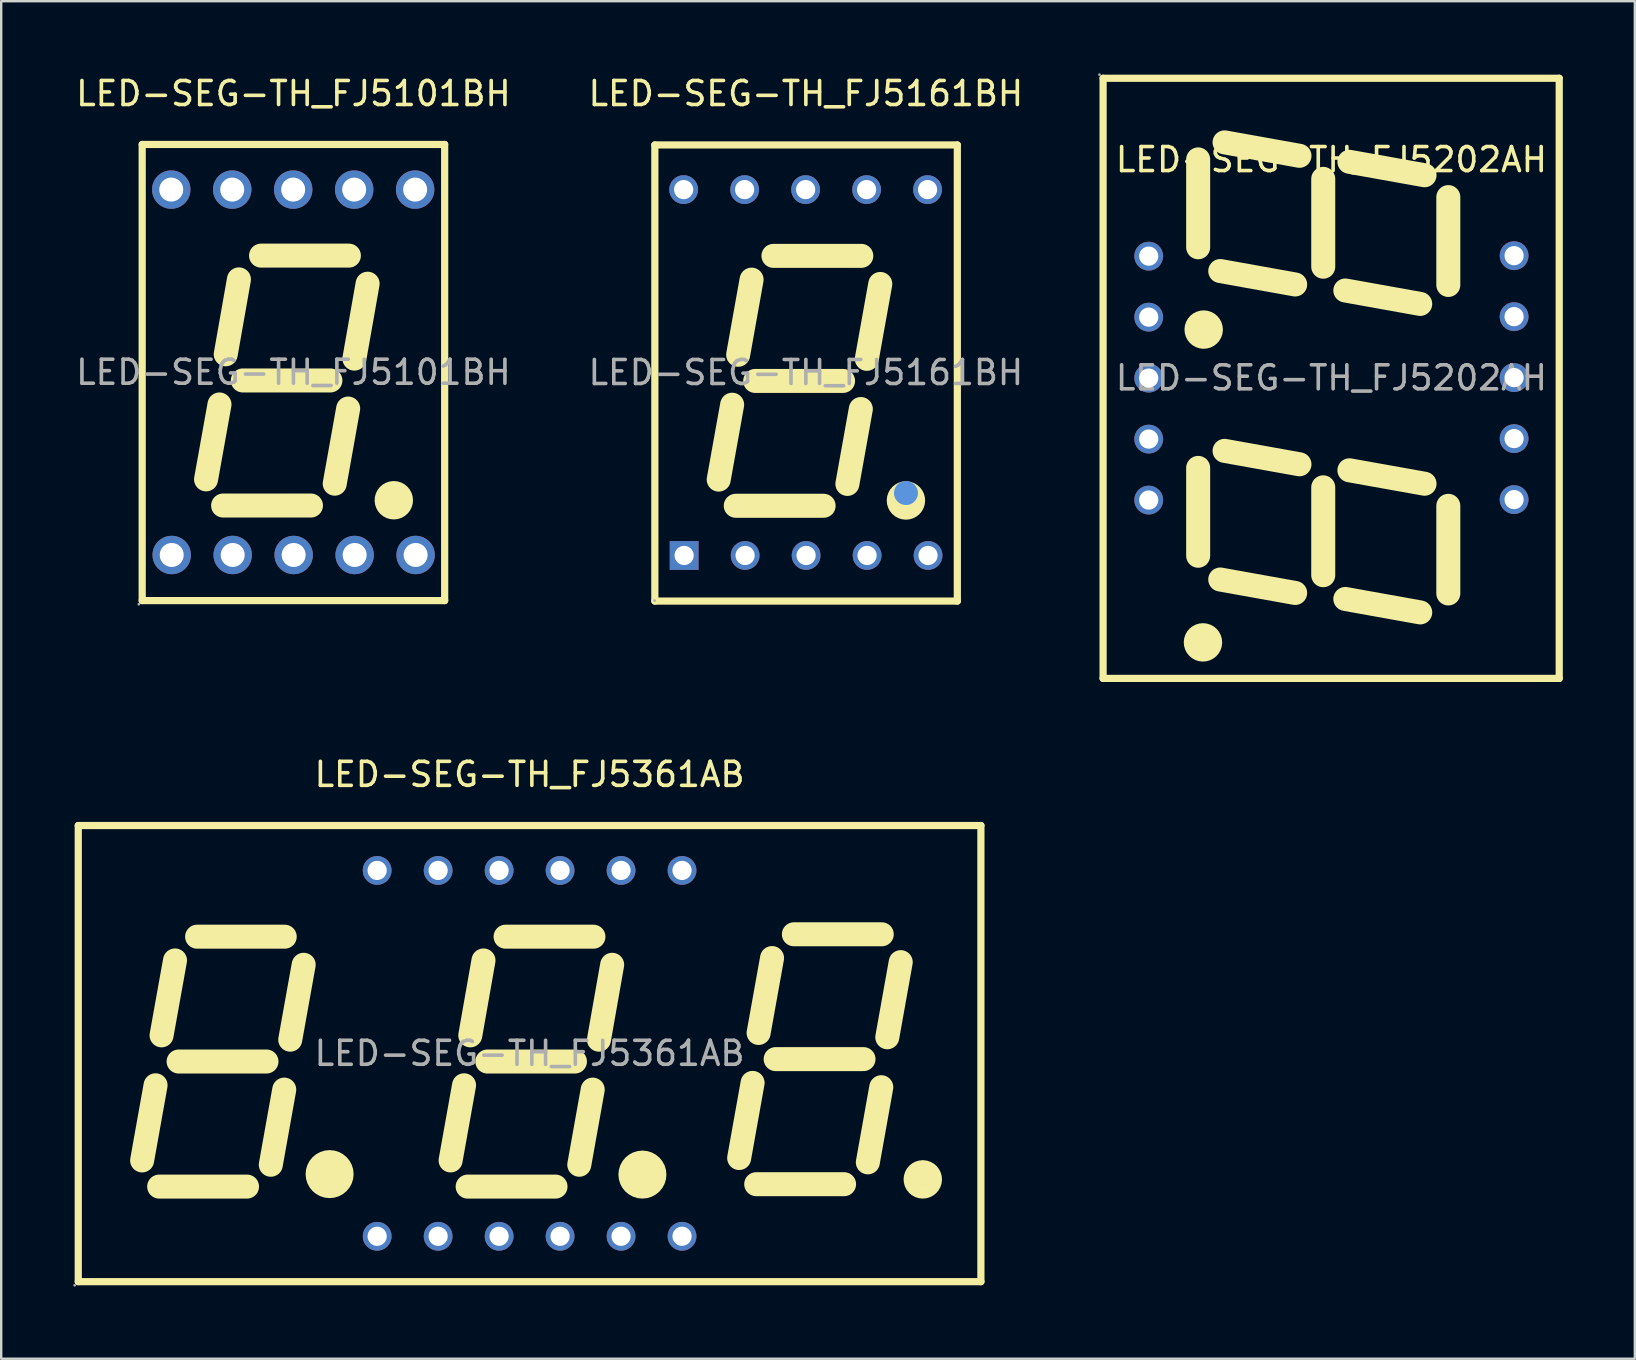
<source format=kicad_pcb>
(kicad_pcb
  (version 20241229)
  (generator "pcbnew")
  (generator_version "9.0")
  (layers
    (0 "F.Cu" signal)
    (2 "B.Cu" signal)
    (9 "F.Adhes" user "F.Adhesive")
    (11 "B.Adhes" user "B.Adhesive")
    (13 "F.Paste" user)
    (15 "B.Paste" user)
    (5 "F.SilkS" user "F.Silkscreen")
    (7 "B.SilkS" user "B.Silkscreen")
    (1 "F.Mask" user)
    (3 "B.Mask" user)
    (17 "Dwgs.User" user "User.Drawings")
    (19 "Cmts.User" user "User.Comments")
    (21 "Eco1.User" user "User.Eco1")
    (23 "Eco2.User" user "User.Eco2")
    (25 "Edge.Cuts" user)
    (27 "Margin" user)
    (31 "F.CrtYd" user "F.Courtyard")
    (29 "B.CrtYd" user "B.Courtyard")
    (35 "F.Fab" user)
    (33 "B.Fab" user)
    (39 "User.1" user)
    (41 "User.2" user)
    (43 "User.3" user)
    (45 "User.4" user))
  (footprint "LED-SEG-TH_FJ5202AH"
    (layer "F.Cu")
    (at 52.41 12.69)
    (property "Reference" "LED-SEG-TH_FJ5202AH" (at 0 -9.09 0) (layer "F.SilkS") (effects (font (size 1 1) (thickness 0.15))))
    (attr through_hole)
    (fp_line (start -9.51 -12.48) (end -9.51 12.52) (stroke (width 0.3) (type solid)) (layer "F.SilkS"))
    (fp_line (start -9.51 12.52) (end 9.49 12.52) (stroke (width 0.3) (type solid)) (layer "F.SilkS"))
    (fp_line (start -5.55 -5.44) (end -5.55 -9.1) (stroke (width 1) (type solid)) (layer "F.SilkS"))
    (fp_line (start -5.55 7.41) (end -5.55 3.75) (stroke (width 1) (type solid)) (layer "F.SilkS"))
    (fp_line (start -4.63 -4.45) (end -1.51 -3.89) (stroke (width 1) (type solid)) (layer "F.SilkS"))
    (fp_line (start -4.63 8.4) (end -1.51 8.96) (stroke (width 1) (type solid)) (layer "F.SilkS"))
    (fp_line (start -4.45 -9.81) (end -1.33 -9.25) (stroke (width 1) (type solid)) (layer "F.SilkS"))
    (fp_line (start -4.45 3.04) (end -1.33 3.6) (stroke (width 1) (type solid)) (layer "F.SilkS"))
    (fp_line (start -0.34 -4.63) (end -0.34 -8.29) (stroke (width 1) (type solid)) (layer "F.SilkS"))
    (fp_line (start -0.34 8.22) (end -0.34 4.56) (stroke (width 1) (type solid)) (layer "F.SilkS"))
    (fp_line (start 0.58 -3.64) (end 3.7 -3.08) (stroke (width 1) (type solid)) (layer "F.SilkS"))
    (fp_line (start 0.58 9.21) (end 3.7 9.77) (stroke (width 1) (type solid)) (layer "F.SilkS"))
    (fp_line (start 0.75 -9) (end 3.88 -8.44) (stroke (width 1) (type solid)) (layer "F.SilkS"))
    (fp_line (start 0.75 3.85) (end 3.88 4.41) (stroke (width 1) (type solid)) (layer "F.SilkS"))
    (fp_line (start 4.87 -3.87) (end 4.87 -7.53) (stroke (width 1) (type solid)) (layer "F.SilkS"))
    (fp_line (start 4.87 8.98) (end 4.87 5.33) (stroke (width 1) (type solid)) (layer "F.SilkS"))
    (fp_line (start 9.49 -12.48) (end -9.51 -12.48) (stroke (width 0.3) (type solid)) (layer "F.SilkS"))
    (fp_line (start 9.49 12.52) (end 9.49 -12.48) (stroke (width 0.3) (type solid)) (layer "F.SilkS"))
    (fp_arc (start -5.05 11.03) (mid -5.650125 11.015001) (end -5.049833 11.019996) (stroke (width 1) (type solid)) (layer "F.SilkS"))
    (fp_arc (start -5.02 -2) (mid -5.620125 -2.014999) (end -5.019833 -2.010004) (stroke (width 1) (type solid)) (layer "F.SilkS"))
    (fp_circle (center -9.66 -12.63) (end -9.63 -12.63) (stroke (width 0.06) (type solid)) (fill no) (layer "F.Fab"))
    (fp_circle (center -7.61 -5.07) (end -7.46 -5.07) (stroke (width 0.3) (type solid)) (fill no) (layer "F.Fab"))
    (fp_circle (center -7.61 -2.53) (end -7.46 -2.53) (stroke (width 0.3) (type solid)) (fill no) (layer "F.Fab"))
    (fp_circle (center -7.61 0.01) (end -7.46 0.01) (stroke (width 0.3) (type solid)) (fill no) (layer "F.Fab"))
    (fp_circle (center -7.61 2.55) (end -7.46 2.55) (stroke (width 0.3) (type solid)) (fill no) (layer "F.Fab"))
    (fp_circle (center -7.61 5.09) (end -7.46 5.09) (stroke (width 0.3) (type solid)) (fill no) (layer "F.Fab"))
    (fp_circle (center 7.61 -5.09) (end 7.76 -5.09) (stroke (width 0.3) (type solid)) (fill no) (layer "F.Fab"))
    (fp_circle (center 7.61 -2.55) (end 7.76 -2.55) (stroke (width 0.3) (type solid)) (fill no) (layer "F.Fab"))
    (fp_circle (center 7.61 -0.01) (end 7.76 -0.01) (stroke (width 0.3) (type solid)) (fill no) (layer "F.Fab"))
    (fp_circle (center 7.61 2.53) (end 7.76 2.53) (stroke (width 0.3) (type solid)) (fill no) (layer "F.Fab"))
    (fp_circle (center 7.61 5.07) (end 7.76 5.07) (stroke (width 0.3) (type solid)) (fill no) (layer "F.Fab"))
    (fp_text user "${REFERENCE}" (at 0 0 0) (layer "F.Fab") (effects (font (size 1 1) (thickness 0.15))))
    (pad "1" thru_hole circle (at -7.61 -5.07 180) (size 1.2 1.2) (drill 0.8) (layers "*.Cu" "*.Paste" "*.Mask"))
    (pad "2" thru_hole circle (at -7.61 -2.53 180) (size 1.2 1.2) (drill 0.8) (layers "*.Cu" "*.Paste" "*.Mask"))
    (pad "3" thru_hole circle (at -7.61 0.01 180) (size 1.2 1.2) (drill 0.8) (layers "*.Cu" "*.Paste" "*.Mask"))
    (pad "4" thru_hole circle (at -7.61 2.55 180) (size 1.2 1.2) (drill 0.8) (layers "*.Cu" "*.Paste" "*.Mask"))
    (pad "5" thru_hole circle (at -7.61 5.09 180) (size 1.2 1.2) (drill 0.8) (layers "*.Cu" "*.Paste" "*.Mask"))
    (pad "6" thru_hole circle (at 7.61 5.07 180) (size 1.2 1.2) (drill 0.8) (layers "*.Cu" "*.Paste" "*.Mask"))
    (pad "7" thru_hole circle (at 7.61 2.53 180) (size 1.2 1.2) (drill 0.8) (layers "*.Cu" "*.Paste" "*.Mask"))
    (pad "8" thru_hole circle (at 7.61 -0.01 180) (size 1.2 1.2) (drill 0.8) (layers "*.Cu" "*.Paste" "*.Mask"))
    (pad "9" thru_hole circle (at 7.61 -2.55 180) (size 1.2 1.2) (drill 0.8) (layers "*.Cu" "*.Paste" "*.Mask"))
    (pad "10" thru_hole circle (at 7.61 -5.09 180) (size 1.2 1.2) (drill 0.8) (layers "*.Cu" "*.Paste" "*.Mask")))
  (footprint "LED-SEG-TH_FJ5361AB"
    (layer "F.Cu")
    (at 19.01 40.828)
    (property "Reference" "LED-SEG-TH_FJ5361AB" (at 0 -11.62 0) (layer "F.SilkS") (effects (font (size 1 1) (thickness 0.15))))
    (attr through_hole)
    (fp_line (start -18.8 -9.49) (end -18.8 9.51) (stroke (width 0.3) (type solid)) (layer "F.SilkS"))
    (fp_line (start -18.8 9.51) (end 18.8 9.51) (stroke (width 0.3) (type solid)) (layer "F.SilkS"))
    (fp_line (start -16.14 4.46) (end -15.58 1.33) (stroke (width 1) (type solid)) (layer "F.SilkS"))
    (fp_line (start -15.33 -0.75) (end -14.77 -3.87) (stroke (width 1) (type solid)) (layer "F.SilkS"))
    (fp_line (start -11.77 5.55) (end -15.43 5.55) (stroke (width 1) (type solid)) (layer "F.SilkS"))
    (fp_line (start -10.96 0.34) (end -14.62 0.34) (stroke (width 1) (type solid)) (layer "F.SilkS"))
    (fp_line (start -10.78 4.64) (end -10.22 1.51) (stroke (width 1) (type solid)) (layer "F.SilkS"))
    (fp_line (start -10.2 -4.86) (end -13.85 -4.86) (stroke (width 1) (type solid)) (layer "F.SilkS"))
    (fp_line (start -9.97 -0.57) (end -9.41 -3.69) (stroke (width 1) (type solid)) (layer "F.SilkS"))
    (fp_line (start -3.29 4.46) (end -2.73 1.33) (stroke (width 1) (type solid)) (layer "F.SilkS"))
    (fp_line (start -2.47 -0.75) (end -1.92 -3.87) (stroke (width 1) (type solid)) (layer "F.SilkS"))
    (fp_line (start 1.08 5.55) (end -2.58 5.55) (stroke (width 1) (type solid)) (layer "F.SilkS"))
    (fp_line (start 1.89 0.34) (end -1.76 0.34) (stroke (width 1) (type solid)) (layer "F.SilkS"))
    (fp_line (start 2.07 4.64) (end 2.63 1.51) (stroke (width 1) (type solid)) (layer "F.SilkS"))
    (fp_line (start 2.66 -4.86) (end -1 -4.86) (stroke (width 1) (type solid)) (layer "F.SilkS"))
    (fp_line (start 2.89 -0.57) (end 3.44 -3.69) (stroke (width 1) (type solid)) (layer "F.SilkS"))
    (fp_line (start 8.73 4.36) (end 9.29 1.23) (stroke (width 1) (type solid)) (layer "F.SilkS"))
    (fp_line (start 9.54 -0.85) (end 10.1 -3.97) (stroke (width 1) (type solid)) (layer "F.SilkS"))
    (fp_line (start 13.1 5.45) (end 9.44 5.45) (stroke (width 1) (type solid)) (layer "F.SilkS"))
    (fp_line (start 13.91 0.24) (end 10.25 0.24) (stroke (width 1) (type solid)) (layer "F.SilkS"))
    (fp_line (start 14.09 4.54) (end 14.65 1.41) (stroke (width 1) (type solid)) (layer "F.SilkS"))
    (fp_line (start 14.67 -4.96) (end 11.01 -4.96) (stroke (width 1) (type solid)) (layer "F.SilkS"))
    (fp_line (start 14.9 -0.67) (end 15.46 -3.8) (stroke (width 1) (type solid)) (layer "F.SilkS"))
    (fp_line (start 18.8 -9.49) (end -18.8 -9.49) (stroke (width 0.3) (type solid)) (layer "F.SilkS"))
    (fp_line (start 18.8 9.51) (end 18.8 -9.49) (stroke (width 0.3) (type solid)) (layer "F.SilkS"))
    (fp_arc (start -8.33 5.03) (mid -8.33 5.03) (end -8.33 5.03) (stroke (width 1) (type solid)) (layer "F.SilkS"))
    (fp_arc (start 4.7 5.05) (mid 4.7 5.05) (end 4.7 5.05) (stroke (width 1) (type solid)) (layer "F.SilkS"))
    (fp_arc (start 16.39 4.95) (mid 16.375001 5.550125) (end 16.379996 4.949833) (stroke (width 1) (type solid)) (layer "F.SilkS"))
    (fp_circle (center -18.95 9.66) (end -18.92 9.66) (stroke (width 0.06) (type solid)) (fill no) (layer "F.Fab"))
    (fp_circle (center -6.35 -7.62) (end -6.2 -7.62) (stroke (width 0.3) (type solid)) (fill no) (layer "F.Fab"))
    (fp_circle (center -6.35 7.62) (end -6.2 7.62) (stroke (width 0.3) (type solid)) (fill no) (layer "F.Fab"))
    (fp_circle (center -3.81 -7.62) (end -3.66 -7.62) (stroke (width 0.3) (type solid)) (fill no) (layer "F.Fab"))
    (fp_circle (center -3.81 7.62) (end -3.66 7.62) (stroke (width 0.3) (type solid)) (fill no) (layer "F.Fab"))
    (fp_circle (center -1.27 -7.62) (end -1.12 -7.62) (stroke (width 0.3) (type solid)) (fill no) (layer "F.Fab"))
    (fp_circle (center -1.27 7.62) (end -1.12 7.62) (stroke (width 0.3) (type solid)) (fill no) (layer "F.Fab"))
    (fp_circle (center 1.27 -7.62) (end 1.42 -7.62) (stroke (width 0.3) (type solid)) (fill no) (layer "F.Fab"))
    (fp_circle (center 1.27 7.62) (end 1.42 7.62) (stroke (width 0.3) (type solid)) (fill no) (layer "F.Fab"))
    (fp_circle (center 3.81 -7.62) (end 3.96 -7.62) (stroke (width 0.3) (type solid)) (fill no) (layer "F.Fab"))
    (fp_circle (center 3.81 7.62) (end 3.96 7.62) (stroke (width 0.3) (type solid)) (fill no) (layer "F.Fab"))
    (fp_circle (center 6.35 -7.62) (end 6.5 -7.62) (stroke (width 0.3) (type solid)) (fill no) (layer "F.Fab"))
    (fp_circle (center 6.35 7.62) (end 6.5 7.62) (stroke (width 0.3) (type solid)) (fill no) (layer "F.Fab"))
    (fp_text user "${REFERENCE}" (at 0 0 0) (layer "F.Fab") (effects (font (size 1 1) (thickness 0.15))))
    (pad "1" thru_hole circle (at -6.35 7.62 270) (size 1.2 1.2) (drill 0.8) (layers "*.Cu" "*.Paste" "*.Mask"))
    (pad "2" thru_hole circle (at -3.81 7.62 270) (size 1.2 1.2) (drill 0.8) (layers "*.Cu" "*.Paste" "*.Mask"))
    (pad "3" thru_hole circle (at -1.27 7.62 270) (size 1.2 1.2) (drill 0.8) (layers "*.Cu" "*.Paste" "*.Mask"))
    (pad "4" thru_hole circle (at 1.27 7.62 270) (size 1.2 1.2) (drill 0.8) (layers "*.Cu" "*.Paste" "*.Mask"))
    (pad "5" thru_hole circle (at 3.81 7.62 270) (size 1.2 1.2) (drill 0.8) (layers "*.Cu" "*.Paste" "*.Mask"))
    (pad "6" thru_hole circle (at 6.35 7.62 270) (size 1.2 1.2) (drill 0.8) (layers "*.Cu" "*.Paste" "*.Mask"))
    (pad "7" thru_hole circle (at 6.35 -7.62 270) (size 1.2 1.2) (drill 0.8) (layers "*.Cu" "*.Paste" "*.Mask"))
    (pad "8" thru_hole circle (at 3.81 -7.62 270) (size 1.2 1.2) (drill 0.8) (layers "*.Cu" "*.Paste" "*.Mask"))
    (pad "9" thru_hole circle (at 1.27 -7.62 270) (size 1.2 1.2) (drill 0.8) (layers "*.Cu" "*.Paste" "*.Mask"))
    (pad "10" thru_hole circle (at -1.27 -7.62 270) (size 1.2 1.2) (drill 0.8) (layers "*.Cu" "*.Paste" "*.Mask"))
    (pad "11" thru_hole circle (at -3.81 -7.62 270) (size 1.2 1.2) (drill 0.8) (layers "*.Cu" "*.Paste" "*.Mask"))
    (pad "12" thru_hole circle (at -6.35 -7.62 270) (size 1.2 1.2) (drill 0.8) (layers "*.Cu" "*.Paste" "*.Mask")))
  (footprint "LED-SEG-TH_FJ5101BH"
    (layer "F.Cu")
    (at 9.173 12.458)
    (property "Reference" "LED-SEG-TH_FJ5101BH" (at 0 -11.61 0) (layer "F.SilkS") (effects (font (size 1 1) (thickness 0.15))))
    (attr through_hole)
    (fp_line (start -6.3 -9.49) (end -6.3 9.51) (stroke (width 0.3) (type solid)) (layer "F.SilkS"))
    (fp_line (start -6.3 9.51) (end 6.3 9.51) (stroke (width 0.3) (type solid)) (layer "F.SilkS"))
    (fp_line (start -3.64 4.46) (end -3.08 1.34) (stroke (width 1) (type solid)) (layer "F.SilkS"))
    (fp_line (start -2.82 -0.75) (end -2.27 -3.87) (stroke (width 1) (type solid)) (layer "F.SilkS"))
    (fp_line (start 0.73 5.55) (end -2.93 5.55) (stroke (width 1) (type solid)) (layer "F.SilkS"))
    (fp_line (start 1.54 0.34) (end -2.11 0.34) (stroke (width 1) (type solid)) (layer "F.SilkS"))
    (fp_line (start 1.72 4.64) (end 2.28 1.51) (stroke (width 1) (type solid)) (layer "F.SilkS"))
    (fp_line (start 2.31 -4.86) (end -1.35 -4.86) (stroke (width 1) (type solid)) (layer "F.SilkS"))
    (fp_line (start 2.54 -0.57) (end 3.09 -3.69) (stroke (width 1) (type solid)) (layer "F.SilkS"))
    (fp_line (start 6.3 -9.49) (end -6.3 -9.49) (stroke (width 0.3) (type solid)) (layer "F.SilkS"))
    (fp_line (start 6.3 9.51) (end 6.3 -9.49) (stroke (width 0.3) (type solid)) (layer "F.SilkS"))
    (fp_arc (start 4.18 5.03) (mid 4.185 5.629958) (end 4.170001 5.030167) (stroke (width 1) (type solid)) (layer "F.SilkS"))
    (fp_circle (center -6.44 9.66) (end -6.41 9.66) (stroke (width 0.06) (type solid)) (fill no) (layer "F.Fab"))
    (fp_circle (center -5.09 -7.61) (end -4.89 -7.61) (stroke (width 0.4) (type solid)) (fill no) (layer "F.Fab"))
    (fp_circle (center -5.07 7.61) (end -4.87 7.61) (stroke (width 0.4) (type solid)) (fill no) (layer "F.Fab"))
    (fp_circle (center -2.55 -7.61) (end -2.35 -7.61) (stroke (width 0.4) (type solid)) (fill no) (layer "F.Fab"))
    (fp_circle (center -2.53 7.61) (end -2.33 7.61) (stroke (width 0.4) (type solid)) (fill no) (layer "F.Fab"))
    (fp_circle (center -0.01 -7.61) (end 0.19 -7.61) (stroke (width 0.4) (type solid)) (fill no) (layer "F.Fab"))
    (fp_circle (center 0.01 7.61) (end 0.21 7.61) (stroke (width 0.4) (type solid)) (fill no) (layer "F.Fab"))
    (fp_circle (center 2.53 -7.61) (end 2.73 -7.61) (stroke (width 0.4) (type solid)) (fill no) (layer "F.Fab"))
    (fp_circle (center 2.55 7.61) (end 2.75 7.61) (stroke (width 0.4) (type solid)) (fill no) (layer "F.Fab"))
    (fp_circle (center 5.07 -7.61) (end 5.27 -7.61) (stroke (width 0.4) (type solid)) (fill no) (layer "F.Fab"))
    (fp_circle (center 5.09 7.61) (end 5.29 7.61) (stroke (width 0.4) (type solid)) (fill no) (layer "F.Fab"))
    (fp_text user "${REFERENCE}" (at 0 0 0) (layer "F.Fab") (effects (font (size 1 1) (thickness 0.15))))
    (pad "1" thru_hole circle (at -5.07 7.61 270) (size 1.6 1.6) (drill 1) (layers "*.Cu" "*.Paste" "*.Mask"))
    (pad "2" thru_hole circle (at -2.53 7.61 270) (size 1.6 1.6) (drill 1) (layers "*.Cu" "*.Paste" "*.Mask"))
    (pad "3" thru_hole circle (at 0.01 7.61 270) (size 1.6 1.6) (drill 1) (layers "*.Cu" "*.Paste" "*.Mask"))
    (pad "4" thru_hole circle (at 2.55 7.61 270) (size 1.6 1.6) (drill 1) (layers "*.Cu" "*.Paste" "*.Mask"))
    (pad "5" thru_hole circle (at 5.09 7.61 270) (size 1.6 1.6) (drill 1) (layers "*.Cu" "*.Paste" "*.Mask"))
    (pad "6" thru_hole circle (at 5.07 -7.61 270) (size 1.6 1.6) (drill 1) (layers "*.Cu" "*.Paste" "*.Mask"))
    (pad "7" thru_hole circle (at 2.53 -7.61 270) (size 1.6 1.6) (drill 1) (layers "*.Cu" "*.Paste" "*.Mask"))
    (pad "8" thru_hole circle (at -0.01 -7.61 270) (size 1.6 1.6) (drill 1) (layers "*.Cu" "*.Paste" "*.Mask"))
    (pad "9" thru_hole circle (at -2.55 -7.61 270) (size 1.6 1.6) (drill 1) (layers "*.Cu" "*.Paste" "*.Mask"))
    (pad "10" thru_hole circle (at -5.09 -7.61 270) (size 1.6 1.6) (drill 1) (layers "*.Cu" "*.Paste" "*.Mask")))
  (footprint "LED-SEG-TH_FJ5161BH"
    (layer "F.Cu")
    (at 30.518 12.468)
    (property "Reference" "LED-SEG-TH_FJ5161BH" (at 0 -11.62 0) (layer "F.SilkS") (effects (font (size 1 1) (thickness 0.15))))
    (attr through_hole)
    (fp_line (start -6.29 -9.48) (end -6.29 9.52) (stroke (width 0.3) (type solid)) (layer "F.SilkS"))
    (fp_line (start -6.29 9.52) (end 6.31 9.52) (stroke (width 0.3) (type solid)) (layer "F.SilkS"))
    (fp_line (start -3.63 4.46) (end -3.07 1.34) (stroke (width 1) (type solid)) (layer "F.SilkS"))
    (fp_line (start -2.82 -0.74) (end -2.26 -3.87) (stroke (width 1) (type solid)) (layer "F.SilkS"))
    (fp_line (start 0.74 5.55) (end -2.92 5.55) (stroke (width 1) (type solid)) (layer "F.SilkS"))
    (fp_line (start 1.55 0.35) (end -2.11 0.35) (stroke (width 1) (type solid)) (layer "F.SilkS"))
    (fp_line (start 1.73 4.64) (end 2.29 1.52) (stroke (width 1) (type solid)) (layer "F.SilkS"))
    (fp_line (start 2.31 -4.86) (end -1.35 -4.86) (stroke (width 1) (type solid)) (layer "F.SilkS"))
    (fp_line (start 2.54 -0.57) (end 3.1 -3.69) (stroke (width 1) (type solid)) (layer "F.SilkS"))
    (fp_line (start 6.31 -9.48) (end -6.29 -9.48) (stroke (width 0.3) (type solid)) (layer "F.SilkS"))
    (fp_line (start 6.31 9.52) (end 6.31 -9.48) (stroke (width 0.3) (type solid)) (layer "F.SilkS"))
    (fp_arc (start 4.18 5.03) (mid 4.165001 5.630125) (end 4.169996 5.029833) (stroke (width 1) (type solid)) (layer "F.SilkS"))
    (fp_circle (center 4.17 5.02) (end 4.42 5.02) (stroke (width 0.5) (type solid)) (fill no) (layer "Cmts.User"))
    (fp_circle (center -6.3 9.5) (end -6.27 9.5) (stroke (width 0.06) (type solid)) (fill no) (layer "F.Fab"))
    (fp_circle (center -5.09 -7.62) (end -4.96 -7.62) (stroke (width 0.25) (type solid)) (fill no) (layer "F.Fab"))
    (fp_circle (center -5.07 7.62) (end -4.94 7.62) (stroke (width 0.25) (type solid)) (fill no) (layer "F.Fab"))
    (fp_circle (center -2.55 -7.62) (end -2.42 -7.62) (stroke (width 0.25) (type solid)) (fill no) (layer "F.Fab"))
    (fp_circle (center -2.53 7.62) (end -2.4 7.62) (stroke (width 0.25) (type solid)) (fill no) (layer "F.Fab"))
    (fp_circle (center -0.01 -7.62) (end 0.12 -7.62) (stroke (width 0.25) (type solid)) (fill no) (layer "F.Fab"))
    (fp_circle (center 0.01 7.62) (end 0.14 7.62) (stroke (width 0.25) (type solid)) (fill no) (layer "F.Fab"))
    (fp_circle (center 2.53 -7.62) (end 2.66 -7.62) (stroke (width 0.25) (type solid)) (fill no) (layer "F.Fab"))
    (fp_circle (center 2.55 7.62) (end 2.68 7.62) (stroke (width 0.25) (type solid)) (fill no) (layer "F.Fab"))
    (fp_circle (center 5.07 -7.62) (end 5.2 -7.62) (stroke (width 0.25) (type solid)) (fill no) (layer "F.Fab"))
    (fp_circle (center 5.09 7.62) (end 5.22 7.62) (stroke (width 0.25) (type solid)) (fill no) (layer "F.Fab"))
    (fp_text user "${REFERENCE}" (at 0 0 0) (layer "F.Fab") (effects (font (size 1 1) (thickness 0.15))))
    (pad "1" thru_hole rect (at -5.07 7.62 270) (size 1.2 1.2) (drill 0.8) (layers "*.Cu" "*.Paste" "*.Mask"))
    (pad "2" thru_hole circle (at -2.53 7.62 270) (size 1.2 1.2) (drill 0.8) (layers "*.Cu" "*.Paste" "*.Mask"))
    (pad "3" thru_hole circle (at 0.01 7.62 270) (size 1.2 1.2) (drill 0.8) (layers "*.Cu" "*.Paste" "*.Mask"))
    (pad "4" thru_hole circle (at 2.55 7.62 270) (size 1.2 1.2) (drill 0.8) (layers "*.Cu" "*.Paste" "*.Mask"))
    (pad "5" thru_hole circle (at 5.09 7.62 270) (size 1.2 1.2) (drill 0.8) (layers "*.Cu" "*.Paste" "*.Mask"))
    (pad "6" thru_hole circle (at 5.07 -7.62 270) (size 1.2 1.2) (drill 0.8) (layers "*.Cu" "*.Paste" "*.Mask"))
    (pad "7" thru_hole circle (at 2.53 -7.62 270) (size 1.2 1.2) (drill 0.8) (layers "*.Cu" "*.Paste" "*.Mask"))
    (pad "8" thru_hole circle (at -0.01 -7.62 270) (size 1.2 1.2) (drill 0.8) (layers "*.Cu" "*.Paste" "*.Mask"))
    (pad "9" thru_hole circle (at -2.55 -7.62 270) (size 1.2 1.2) (drill 0.8) (layers "*.Cu" "*.Paste" "*.Mask"))
    (pad "10" thru_hole circle (at -5.09 -7.62 270) (size 1.2 1.2) (drill 0.8) (layers "*.Cu" "*.Paste" "*.Mask")))
  (gr_rect
    (start -3 -3)
    (end 65.05 53.548)
    (stroke (width 0.1) (type default))
    (fill no)
    (layer "Edge.Cuts")))
</source>
